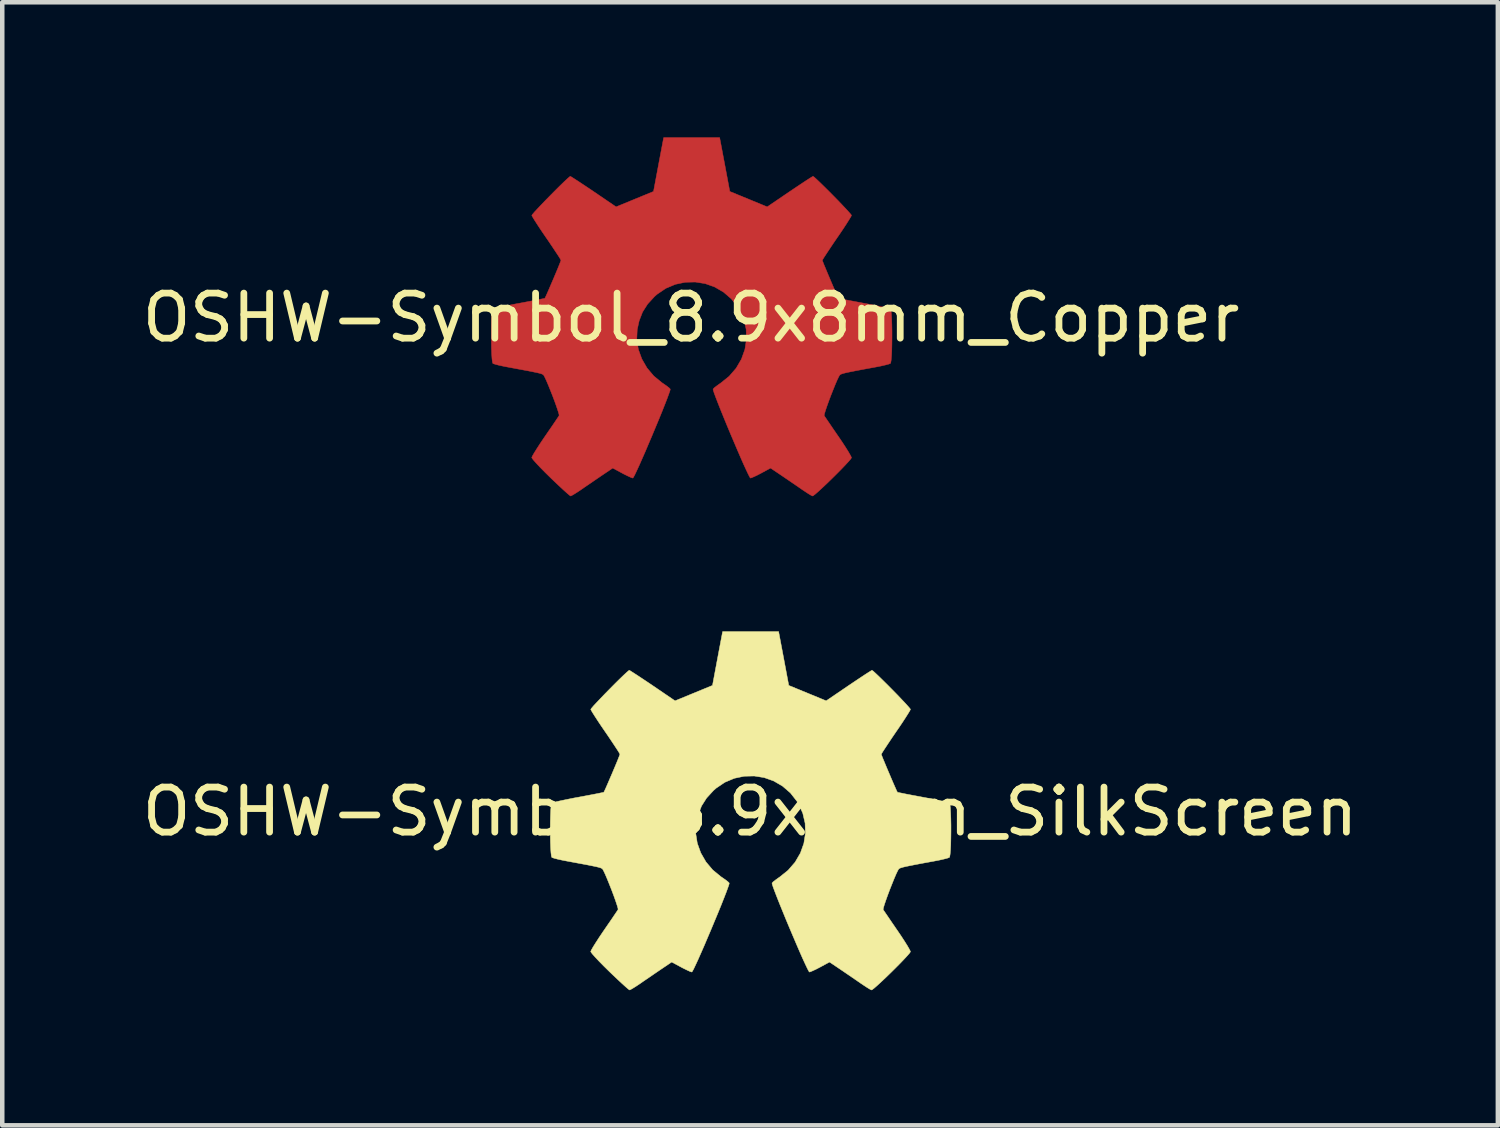
<source format=kicad_pcb>
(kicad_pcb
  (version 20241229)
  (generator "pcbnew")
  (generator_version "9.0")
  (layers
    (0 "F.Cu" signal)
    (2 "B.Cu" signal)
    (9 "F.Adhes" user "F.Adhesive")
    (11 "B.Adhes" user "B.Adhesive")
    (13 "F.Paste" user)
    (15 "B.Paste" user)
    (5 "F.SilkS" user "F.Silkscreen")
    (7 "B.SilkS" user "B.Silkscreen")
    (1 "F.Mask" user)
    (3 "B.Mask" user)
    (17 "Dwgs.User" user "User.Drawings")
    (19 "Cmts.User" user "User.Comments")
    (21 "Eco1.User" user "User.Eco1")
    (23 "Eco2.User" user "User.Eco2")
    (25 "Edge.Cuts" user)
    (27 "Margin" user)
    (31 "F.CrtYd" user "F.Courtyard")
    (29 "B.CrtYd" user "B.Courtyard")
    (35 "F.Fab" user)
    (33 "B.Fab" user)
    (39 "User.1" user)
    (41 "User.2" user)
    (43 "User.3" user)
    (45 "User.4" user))
  (footprint "OSHW-Symbol_8.9x8mm_SilkScreen"
    (layer "F.Cu")
    (at 13.601 14.968)
    (property "Reference" "OSHW-Symbol_8.9x8mm_SilkScreen" (at 0 0 0) (layer "F.SilkS") (effects (font (size 1 1) (thickness 0.15))))
    (attr exclude_from_pos_files exclude_from_bom)
    (fp_poly (pts (xy 0.747 -3.4) (xy 0.859 -2.802) (xy 1.275 -2.631) (xy 1.69 -2.46) (xy 2.188 -2.799) (xy 2.328 -2.893) (xy 2.454 -2.977) (xy 2.561 -3.048) (xy 2.643 -3.1) (xy 2.693 -3.131) (xy 2.707 -3.138) (xy 2.732 -3.121) (xy 2.785 -3.073) (xy 2.86 -3.002) (xy 2.952 -2.912) (xy 3.054 -2.811) (xy 3.161 -2.703) (xy 3.266 -2.596) (xy 3.363 -2.494) (xy 3.447 -2.405) (xy 3.512 -2.333) (xy 3.552 -2.286) (xy 3.561 -2.27) (xy 3.547 -2.241) (xy 3.509 -2.178) (xy 3.451 -2.086) (xy 3.376 -1.971) (xy 3.288 -1.841) (xy 3.237 -1.767) (xy 3.145 -1.632) (xy 3.063 -1.509) (xy 2.995 -1.406) (xy 2.945 -1.329) (xy 2.918 -1.283) (xy 2.914 -1.273) (xy 2.923 -1.245) (xy 2.948 -1.181) (xy 2.986 -1.09) (xy 3.032 -0.979) (xy 3.083 -0.859) (xy 3.134 -0.739) (xy 3.182 -0.627) (xy 3.224 -0.532) (xy 3.254 -0.464) (xy 3.271 -0.432) (xy 3.272 -0.431) (xy 3.297 -0.424) (xy 3.364 -0.411) (xy 3.466 -0.39) (xy 3.597 -0.365) (xy 3.748 -0.337) (xy 3.837 -0.32) (xy 3.998 -0.29) (xy 4.145 -0.26) (xy 4.268 -0.234) (xy 4.36 -0.213) (xy 4.415 -0.197) (xy 4.426 -0.193) (xy 4.437 -0.16) (xy 4.446 -0.086) (xy 4.452 0.02) (xy 4.457 0.15) (xy 4.46 0.296) (xy 4.46 0.448) (xy 4.458 0.598) (xy 4.455 0.737) (xy 4.449 0.857) (xy 4.441 0.949) (xy 4.431 1.005) (xy 4.425 1.016) (xy 4.39 1.03) (xy 4.316 1.05) (xy 4.212 1.074) (xy 4.089 1.098) (xy 4.046 1.106) (xy 3.838 1.144) (xy 3.674 1.175) (xy 3.548 1.2) (xy 3.455 1.219) (xy 3.389 1.235) (xy 3.346 1.248) (xy 3.318 1.26) (xy 3.302 1.272) (xy 3.3 1.274) (xy 3.278 1.311) (xy 3.243 1.384) (xy 3.2 1.484) (xy 3.153 1.601) (xy 3.103 1.727) (xy 3.056 1.852) (xy 3.014 1.969) (xy 2.981 2.067) (xy 2.96 2.138) (xy 2.954 2.173) (xy 2.954 2.174) (xy 2.973 2.203) (xy 3.016 2.266) (xy 3.078 2.357) (xy 3.154 2.469) (xy 3.241 2.596) (xy 3.266 2.632) (xy 3.355 2.763) (xy 3.433 2.883) (xy 3.496 2.984) (xy 3.539 3.06) (xy 3.56 3.103) (xy 3.561 3.109) (xy 3.544 3.137) (xy 3.496 3.193) (xy 3.424 3.271) (xy 3.334 3.365) (xy 3.232 3.468) (xy 3.124 3.575) (xy 3.016 3.68) (xy 2.914 3.776) (xy 2.825 3.858) (xy 2.755 3.919) (xy 2.709 3.954) (xy 2.696 3.959) (xy 2.667 3.946) (xy 2.607 3.91) (xy 2.526 3.857) (xy 2.463 3.815) (xy 2.35 3.737) (xy 2.216 3.645) (xy 2.081 3.553) (xy 2.009 3.504) (xy 1.764 3.339) (xy 1.559 3.45) (xy 1.465 3.499) (xy 1.385 3.536) (xy 1.331 3.558) (xy 1.318 3.561) (xy 1.301 3.539) (xy 1.269 3.476) (xy 1.223 3.379) (xy 1.165 3.253) (xy 1.099 3.103) (xy 1.027 2.936) (xy 0.951 2.758) (xy 0.873 2.574) (xy 0.796 2.39) (xy 0.723 2.211) (xy 0.655 2.044) (xy 0.596 1.895) (xy 0.547 1.768) (xy 0.511 1.671) (xy 0.491 1.608) (xy 0.488 1.586) (xy 0.513 1.558) (xy 0.57 1.514) (xy 0.644 1.461) (xy 0.651 1.457) (xy 0.844 1.302) (xy 1 1.122) (xy 1.117 0.921) (xy 1.194 0.706) (xy 1.229 0.483) (xy 1.222 0.257) (xy 1.17 0.034) (xy 1.073 -0.18) (xy 1.044 -0.226) (xy 0.896 -0.415) (xy 0.72 -0.567) (xy 0.524 -0.681) (xy 0.313 -0.756) (xy 0.093 -0.791) (xy -0.13 -0.786) (xy -0.349 -0.74) (xy -0.559 -0.652) (xy -0.753 -0.521) (xy -0.813 -0.468) (xy -0.966 -0.301) (xy -1.077 -0.126) (xy -1.153 0.07) (xy -1.196 0.265) (xy -1.206 0.483) (xy -1.171 0.703) (xy -1.094 0.916) (xy -0.979 1.116) (xy -0.829 1.294) (xy -0.647 1.444) (xy -0.623 1.46) (xy -0.548 1.512) (xy -0.49 1.557) (xy -0.463 1.585) (xy -0.462 1.586) (xy -0.468 1.617) (xy -0.492 1.687) (xy -0.53 1.791) (xy -0.581 1.922) (xy -0.642 2.076) (xy -0.711 2.245) (xy -0.786 2.425) (xy -0.863 2.61) (xy -0.941 2.793) (xy -1.016 2.97) (xy -1.088 3.134) (xy -1.152 3.279) (xy -1.208 3.4) (xy -1.251 3.491) (xy -1.281 3.546) (xy -1.293 3.561) (xy -1.329 3.55) (xy -1.397 3.519) (xy -1.485 3.476) (xy -1.534 3.45) (xy -1.739 3.339) (xy -1.984 3.504) (xy -2.109 3.589) (xy -2.246 3.683) (xy -2.374 3.77) (xy -2.438 3.815) (xy -2.528 3.875) (xy -2.605 3.923) (xy -2.658 3.953) (xy -2.675 3.959) (xy -2.7 3.942) (xy -2.755 3.895) (xy -2.835 3.823) (xy -2.934 3.731) (xy -3.048 3.623) (xy -3.12 3.554) (xy -3.245 3.431) (xy -3.354 3.32) (xy -3.441 3.227) (xy -3.503 3.157) (xy -3.534 3.114) (xy -3.537 3.105) (xy -3.523 3.072) (xy -3.485 3.005) (xy -3.426 2.911) (xy -3.352 2.796) (xy -3.266 2.668) (xy -3.241 2.632) (xy -3.152 2.502) (xy -3.072 2.386) (xy -3.006 2.288) (xy -2.958 2.217) (xy -2.932 2.178) (xy -2.93 2.174) (xy -2.933 2.143) (xy -2.953 2.076) (xy -2.985 1.98) (xy -3.026 1.865) (xy -3.073 1.74) (xy -3.123 1.614) (xy -3.171 1.495) (xy -3.214 1.394) (xy -3.25 1.318) (xy -3.273 1.276) (xy -3.275 1.274) (xy -3.29 1.262) (xy -3.314 1.25) (xy -3.355 1.237) (xy -3.416 1.222) (xy -3.503 1.204) (xy -3.622 1.18) (xy -3.779 1.151) (xy -3.978 1.114) (xy -4.021 1.106) (xy -4.149 1.082) (xy -4.26 1.058) (xy -4.345 1.036) (xy -4.394 1.02) (xy -4.401 1.016) (xy -4.411 0.983) (xy -4.42 0.909) (xy -4.427 0.802) (xy -4.432 0.672) (xy -4.434 0.526) (xy -4.435 0.374) (xy -4.434 0.224) (xy -4.43 0.085) (xy -4.425 -0.034) (xy -4.417 -0.126) (xy -4.407 -0.181) (xy -4.401 -0.193) (xy -4.369 -0.204) (xy -4.295 -0.222) (xy -4.186 -0.246) (xy -4.051 -0.274) (xy -3.896 -0.305) (xy -3.812 -0.32) (xy -3.652 -0.35) (xy -3.509 -0.377) (xy -3.391 -0.4) (xy -3.304 -0.418) (xy -3.255 -0.428) (xy -3.247 -0.431) (xy -3.233 -0.457) (xy -3.204 -0.52) (xy -3.164 -0.611) (xy -3.117 -0.721) (xy -3.065 -0.841) (xy -3.014 -0.962) (xy -2.967 -1.074) (xy -2.928 -1.17) (xy -2.901 -1.239) (xy -2.889 -1.273) (xy -2.889 -1.274) (xy -2.902 -1.301) (xy -2.94 -1.362) (xy -2.999 -1.452) (xy -3.074 -1.565) (xy -3.161 -1.694) (xy -3.212 -1.768) (xy -3.305 -1.904) (xy -3.387 -2.027) (xy -3.455 -2.132) (xy -3.505 -2.212) (xy -3.532 -2.26) (xy -3.536 -2.271) (xy -3.519 -2.296) (xy -3.473 -2.35) (xy -3.402 -2.426) (xy -3.314 -2.519) (xy -3.214 -2.623) (xy -3.108 -2.731) (xy -3.002 -2.838) (xy -2.902 -2.937) (xy -2.814 -3.022) (xy -2.743 -3.088) (xy -2.697 -3.128) (xy -2.682 -3.138) (xy -2.656 -3.124) (xy -2.596 -3.086) (xy -2.506 -3.028) (xy -2.393 -2.953) (xy -2.262 -2.866) (xy -2.163 -2.799) (xy -1.665 -2.46) (xy -1.25 -2.631) (xy -0.834 -2.802) (xy -0.722 -3.4) (xy -0.609 -3.997) (xy 0.634 -3.997) (xy 0.747 -3.4)) (stroke (width 0.01) (type solid)) (fill yes) (layer "F.SilkS")))
  (footprint "OSHW-Symbol_8.9x8mm_Copper"
    (layer "F.Cu")
    (at 12.292 4.002)
    (property "Reference" "OSHW-Symbol_8.9x8mm_Copper" (at 0 0 0) (layer "F.SilkS") (effects (font (size 1 1) (thickness 0.15))))
    (attr exclude_from_pos_files exclude_from_bom)
    (fp_poly (pts (xy 0.747 -3.4) (xy 0.859 -2.802) (xy 1.275 -2.631) (xy 1.69 -2.46) (xy 2.188 -2.799) (xy 2.328 -2.893) (xy 2.454 -2.977) (xy 2.561 -3.048) (xy 2.643 -3.1) (xy 2.693 -3.131) (xy 2.707 -3.138) (xy 2.732 -3.121) (xy 2.785 -3.073) (xy 2.86 -3.002) (xy 2.952 -2.912) (xy 3.054 -2.811) (xy 3.161 -2.703) (xy 3.266 -2.596) (xy 3.363 -2.494) (xy 3.447 -2.405) (xy 3.512 -2.333) (xy 3.552 -2.286) (xy 3.561 -2.27) (xy 3.547 -2.241) (xy 3.509 -2.178) (xy 3.451 -2.086) (xy 3.376 -1.971) (xy 3.288 -1.841) (xy 3.237 -1.767) (xy 3.145 -1.632) (xy 3.063 -1.509) (xy 2.995 -1.406) (xy 2.945 -1.329) (xy 2.918 -1.283) (xy 2.914 -1.273) (xy 2.923 -1.245) (xy 2.948 -1.181) (xy 2.986 -1.09) (xy 3.032 -0.979) (xy 3.083 -0.859) (xy 3.134 -0.739) (xy 3.182 -0.627) (xy 3.224 -0.532) (xy 3.254 -0.464) (xy 3.271 -0.432) (xy 3.272 -0.431) (xy 3.297 -0.424) (xy 3.364 -0.411) (xy 3.466 -0.39) (xy 3.597 -0.365) (xy 3.748 -0.337) (xy 3.837 -0.32) (xy 3.998 -0.29) (xy 4.145 -0.26) (xy 4.268 -0.234) (xy 4.36 -0.213) (xy 4.415 -0.197) (xy 4.426 -0.193) (xy 4.437 -0.16) (xy 4.446 -0.086) (xy 4.452 0.02) (xy 4.457 0.15) (xy 4.46 0.296) (xy 4.46 0.448) (xy 4.458 0.598) (xy 4.455 0.737) (xy 4.449 0.857) (xy 4.441 0.949) (xy 4.431 1.005) (xy 4.425 1.016) (xy 4.39 1.03) (xy 4.316 1.05) (xy 4.212 1.074) (xy 4.089 1.098) (xy 4.046 1.106) (xy 3.838 1.144) (xy 3.674 1.175) (xy 3.548 1.2) (xy 3.455 1.219) (xy 3.389 1.235) (xy 3.346 1.248) (xy 3.318 1.26) (xy 3.302 1.272) (xy 3.3 1.274) (xy 3.278 1.311) (xy 3.243 1.384) (xy 3.2 1.484) (xy 3.153 1.601) (xy 3.103 1.727) (xy 3.056 1.852) (xy 3.014 1.969) (xy 2.981 2.067) (xy 2.96 2.138) (xy 2.954 2.173) (xy 2.954 2.174) (xy 2.973 2.203) (xy 3.016 2.266) (xy 3.078 2.357) (xy 3.154 2.469) (xy 3.241 2.596) (xy 3.266 2.632) (xy 3.355 2.763) (xy 3.433 2.883) (xy 3.496 2.984) (xy 3.539 3.06) (xy 3.56 3.103) (xy 3.561 3.109) (xy 3.544 3.137) (xy 3.496 3.193) (xy 3.424 3.271) (xy 3.334 3.365) (xy 3.232 3.468) (xy 3.124 3.575) (xy 3.016 3.68) (xy 2.914 3.776) (xy 2.825 3.858) (xy 2.755 3.919) (xy 2.709 3.954) (xy 2.696 3.959) (xy 2.667 3.946) (xy 2.607 3.91) (xy 2.526 3.857) (xy 2.463 3.815) (xy 2.35 3.737) (xy 2.216 3.645) (xy 2.081 3.553) (xy 2.009 3.504) (xy 1.764 3.339) (xy 1.559 3.45) (xy 1.465 3.499) (xy 1.385 3.536) (xy 1.331 3.558) (xy 1.318 3.561) (xy 1.301 3.539) (xy 1.269 3.476) (xy 1.223 3.379) (xy 1.165 3.253) (xy 1.099 3.103) (xy 1.027 2.936) (xy 0.951 2.758) (xy 0.873 2.574) (xy 0.796 2.39) (xy 0.723 2.211) (xy 0.655 2.044) (xy 0.596 1.895) (xy 0.547 1.768) (xy 0.511 1.671) (xy 0.491 1.608) (xy 0.488 1.586) (xy 0.513 1.558) (xy 0.57 1.514) (xy 0.644 1.461) (xy 0.651 1.457) (xy 0.844 1.302) (xy 1 1.122) (xy 1.117 0.921) (xy 1.194 0.706) (xy 1.229 0.483) (xy 1.222 0.257) (xy 1.17 0.034) (xy 1.073 -0.18) (xy 1.044 -0.226) (xy 0.896 -0.415) (xy 0.72 -0.567) (xy 0.524 -0.681) (xy 0.313 -0.756) (xy 0.093 -0.791) (xy -0.13 -0.786) (xy -0.349 -0.74) (xy -0.559 -0.652) (xy -0.753 -0.521) (xy -0.813 -0.468) (xy -0.966 -0.301) (xy -1.077 -0.126) (xy -1.153 0.07) (xy -1.196 0.265) (xy -1.206 0.483) (xy -1.171 0.703) (xy -1.094 0.916) (xy -0.979 1.116) (xy -0.829 1.294) (xy -0.647 1.444) (xy -0.623 1.46) (xy -0.548 1.512) (xy -0.49 1.557) (xy -0.463 1.585) (xy -0.462 1.586) (xy -0.468 1.617) (xy -0.492 1.687) (xy -0.53 1.791) (xy -0.581 1.922) (xy -0.642 2.076) (xy -0.711 2.245) (xy -0.786 2.425) (xy -0.863 2.61) (xy -0.941 2.793) (xy -1.016 2.97) (xy -1.088 3.134) (xy -1.152 3.279) (xy -1.208 3.4) (xy -1.251 3.491) (xy -1.281 3.546) (xy -1.293 3.561) (xy -1.329 3.55) (xy -1.397 3.519) (xy -1.485 3.476) (xy -1.534 3.45) (xy -1.739 3.339) (xy -1.984 3.504) (xy -2.109 3.589) (xy -2.246 3.683) (xy -2.374 3.77) (xy -2.438 3.815) (xy -2.528 3.875) (xy -2.605 3.923) (xy -2.658 3.953) (xy -2.675 3.959) (xy -2.7 3.942) (xy -2.755 3.895) (xy -2.835 3.823) (xy -2.934 3.731) (xy -3.048 3.623) (xy -3.12 3.554) (xy -3.245 3.431) (xy -3.354 3.32) (xy -3.441 3.227) (xy -3.503 3.157) (xy -3.534 3.114) (xy -3.537 3.105) (xy -3.523 3.072) (xy -3.485 3.005) (xy -3.426 2.911) (xy -3.352 2.796) (xy -3.266 2.668) (xy -3.241 2.632) (xy -3.152 2.502) (xy -3.072 2.386) (xy -3.006 2.288) (xy -2.958 2.217) (xy -2.932 2.178) (xy -2.93 2.174) (xy -2.933 2.143) (xy -2.953 2.076) (xy -2.985 1.98) (xy -3.026 1.865) (xy -3.073 1.74) (xy -3.123 1.614) (xy -3.171 1.495) (xy -3.214 1.394) (xy -3.25 1.318) (xy -3.273 1.276) (xy -3.275 1.274) (xy -3.29 1.262) (xy -3.314 1.25) (xy -3.355 1.237) (xy -3.416 1.222) (xy -3.503 1.204) (xy -3.622 1.18) (xy -3.779 1.151) (xy -3.978 1.114) (xy -4.021 1.106) (xy -4.149 1.082) (xy -4.26 1.058) (xy -4.345 1.036) (xy -4.394 1.02) (xy -4.401 1.016) (xy -4.411 0.983) (xy -4.42 0.909) (xy -4.427 0.802) (xy -4.432 0.672) (xy -4.434 0.526) (xy -4.435 0.374) (xy -4.434 0.224) (xy -4.43 0.085) (xy -4.425 -0.034) (xy -4.417 -0.126) (xy -4.407 -0.181) (xy -4.401 -0.193) (xy -4.369 -0.204) (xy -4.295 -0.222) (xy -4.186 -0.246) (xy -4.051 -0.274) (xy -3.896 -0.305) (xy -3.812 -0.32) (xy -3.652 -0.35) (xy -3.509 -0.377) (xy -3.391 -0.4) (xy -3.304 -0.418) (xy -3.255 -0.428) (xy -3.247 -0.431) (xy -3.233 -0.457) (xy -3.204 -0.52) (xy -3.164 -0.611) (xy -3.117 -0.721) (xy -3.065 -0.841) (xy -3.014 -0.962) (xy -2.967 -1.074) (xy -2.928 -1.17) (xy -2.901 -1.239) (xy -2.889 -1.273) (xy -2.889 -1.274) (xy -2.902 -1.301) (xy -2.94 -1.362) (xy -2.999 -1.452) (xy -3.074 -1.565) (xy -3.161 -1.694) (xy -3.212 -1.768) (xy -3.305 -1.904) (xy -3.387 -2.027) (xy -3.455 -2.132) (xy -3.505 -2.212) (xy -3.532 -2.26) (xy -3.536 -2.271) (xy -3.519 -2.296) (xy -3.473 -2.35) (xy -3.402 -2.426) (xy -3.314 -2.519) (xy -3.214 -2.623) (xy -3.108 -2.731) (xy -3.002 -2.838) (xy -2.902 -2.937) (xy -2.814 -3.022) (xy -2.743 -3.088) (xy -2.697 -3.128) (xy -2.682 -3.138) (xy -2.656 -3.124) (xy -2.596 -3.086) (xy -2.506 -3.028) (xy -2.393 -2.953) (xy -2.262 -2.866) (xy -2.163 -2.799) (xy -1.665 -2.46) (xy -1.25 -2.631) (xy -0.834 -2.802) (xy -0.722 -3.4) (xy -0.609 -3.997) (xy 0.634 -3.997) (xy 0.747 -3.4)) (stroke (width 0.01) (type solid)) (fill yes) (layer "F.Cu")))
  (gr_rect
    (start -3 -3)
    (end 30.202 21.932)
    (stroke (width 0.1) (type default))
    (fill no)
    (layer "Edge.Cuts")))
</source>
